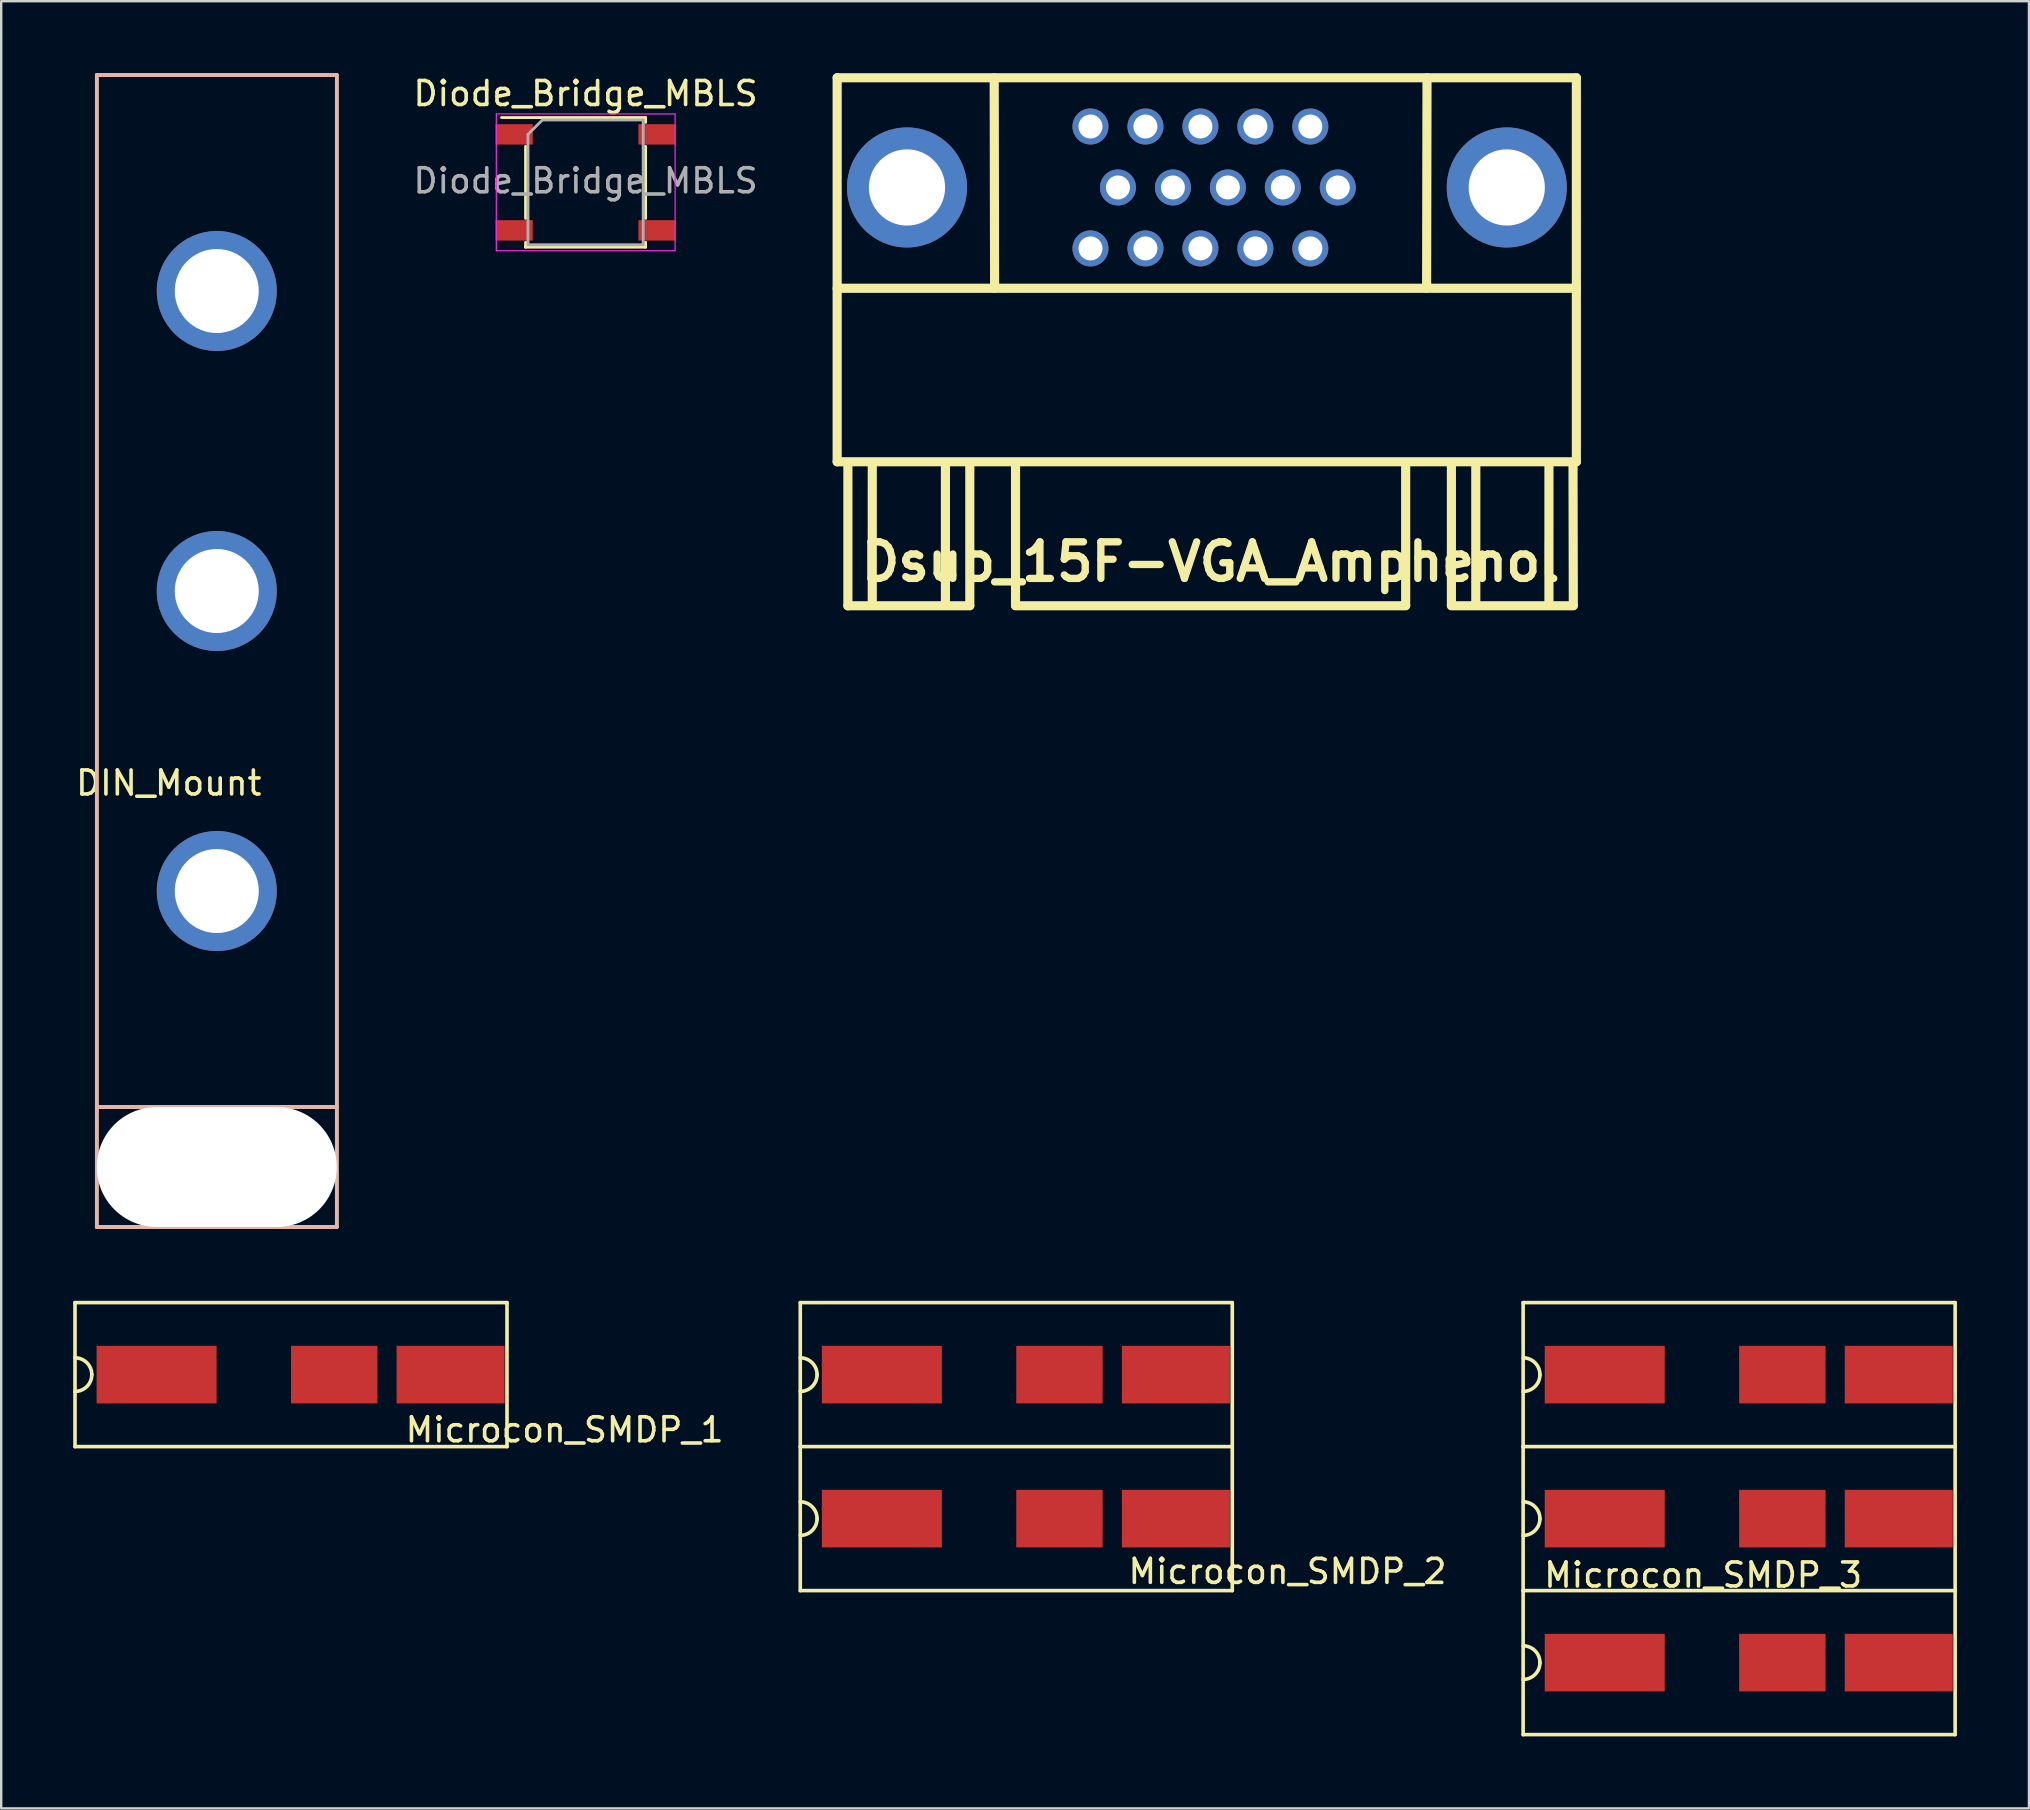
<source format=kicad_pcb>
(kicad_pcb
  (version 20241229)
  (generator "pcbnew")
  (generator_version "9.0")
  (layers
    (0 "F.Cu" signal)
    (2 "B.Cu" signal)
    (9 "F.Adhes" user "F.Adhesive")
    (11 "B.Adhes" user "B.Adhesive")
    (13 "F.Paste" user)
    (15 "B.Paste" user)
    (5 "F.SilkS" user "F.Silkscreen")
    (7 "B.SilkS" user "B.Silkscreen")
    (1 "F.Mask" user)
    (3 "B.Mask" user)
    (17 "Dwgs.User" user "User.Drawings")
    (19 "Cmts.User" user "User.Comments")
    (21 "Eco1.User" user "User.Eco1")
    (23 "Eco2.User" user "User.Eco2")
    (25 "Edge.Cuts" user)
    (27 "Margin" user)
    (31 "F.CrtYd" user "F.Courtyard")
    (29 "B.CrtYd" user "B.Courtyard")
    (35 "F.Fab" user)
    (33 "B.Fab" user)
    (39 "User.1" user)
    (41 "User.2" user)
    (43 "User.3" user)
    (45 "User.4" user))
  (footprint "Microcon_SMDP_1"
    (layer "F.Cu")
    (at 9.075 54.225)
    (property "Reference" "Microcon_SMDP_1" (at 11.4 2.3 0) (layer "F.SilkS") (effects (font (size 1 1) (thickness 0.15))))
    (attr through_hole)
    (fp_line (start -9 -3) (end 9 -3) (stroke (width 0.15) (type solid)) (layer "F.SilkS"))
    (fp_line (start -9 3) (end -9 -3) (stroke (width 0.15) (type solid)) (layer "F.SilkS"))
    (fp_line (start 9 -3) (end 9 3) (stroke (width 0.15) (type solid)) (layer "F.SilkS"))
    (fp_line (start 9 3) (end -9 3) (stroke (width 0.15) (type solid)) (layer "F.SilkS"))
    (fp_arc (start -9 -0.7) (mid -8.505025 -0.494975) (end -8.3 0) (stroke (width 0.15) (type solid)) (layer "F.SilkS"))
    (fp_arc (start -8.3 0) (mid -8.505025 0.494975) (end -9 0.7) (stroke (width 0.15) (type solid)) (layer "F.SilkS"))
    (pad "1" smd rect (at -5.6 0) (size 5 2.4) (layers "F.Cu" "F.Mask" "F.Paste"))
    (pad "1" smd rect (at 1.8 0) (size 3.6 2.4) (layers "F.Cu" "F.Mask" "F.Paste"))
    (pad "1" smd rect (at 6.65 0) (size 4.5 2.4) (layers "F.Cu" "F.Mask" "F.Paste")))
  (footprint "Diode_Bridge_MBLS"
    (layer "F.Cu")
    (at 21.349 4.548)
    (property "Reference" "Diode_Bridge_MBLS" (at 0 -3.7 0) (layer "F.SilkS") (effects (font (size 1 1) (thickness 0.15))))
    (attr smd)
    (fp_line (start -2.5 1.5) (end -2.5 -1.5) (stroke (width 0.12) (type solid)) (layer "F.SilkS"))
    (fp_line (start -2.5 2.7) (end -2.5 2.5) (stroke (width 0.12) (type solid)) (layer "F.SilkS"))
    (fp_line (start 2.5 -2.7) (end -3.5 -2.7) (stroke (width 0.12) (type solid)) (layer "F.SilkS"))
    (fp_line (start 2.5 -2.5) (end 2.5 -2.7) (stroke (width 0.12) (type solid)) (layer "F.SilkS"))
    (fp_line (start 2.5 -1.5) (end 2.5 1.5) (stroke (width 0.12) (type solid)) (layer "F.SilkS"))
    (fp_line (start 2.5 2.5) (end 2.5 2.7) (stroke (width 0.12) (type solid)) (layer "F.SilkS"))
    (fp_line (start 2.5 2.7) (end -2.5 2.7) (stroke (width 0.12) (type solid)) (layer "F.SilkS"))
    (fp_line (start -3.72 -2.85) (end -3.72 2.85) (stroke (width 0.05) (type solid)) (layer "F.CrtYd"))
    (fp_line (start -3.72 -2.85) (end 3.73 -2.85) (stroke (width 0.05) (type solid)) (layer "F.CrtYd"))
    (fp_line (start 3.73 2.85) (end -3.72 2.85) (stroke (width 0.05) (type solid)) (layer "F.CrtYd"))
    (fp_line (start 3.73 2.85) (end 3.73 -2.85) (stroke (width 0.05) (type solid)) (layer "F.CrtYd"))
    (fp_line (start -2.4 -2) (end -2.4 2.6) (stroke (width 0.12) (type solid)) (layer "F.Fab"))
    (fp_line (start -2.4 2.6) (end 2.4 2.6) (stroke (width 0.12) (type solid)) (layer "F.Fab"))
    (fp_line (start -1.8 -2.6) (end -2.4 -2) (stroke (width 0.12) (type solid)) (layer "F.Fab"))
    (fp_line (start 2.4 -2.6) (end -1.8 -2.6) (stroke (width 0.12) (type solid)) (layer "F.Fab"))
    (fp_line (start 2.4 2.6) (end 2.4 -2.6) (stroke (width 0.12) (type solid)) (layer "F.Fab"))
    (fp_text user "${REFERENCE}" (at 0 -0.065 0) (layer "F.Fab") (effects (font (size 1 1) (thickness 0.15))))
    (pad "1" smd rect (at -2.975 -2) (size 1.55 0.85) (layers "F.Cu" "F.Mask" "F.Paste"))
    (pad "2" smd rect (at -2.975 2) (size 1.55 0.85) (layers "F.Cu" "F.Mask" "F.Paste"))
    (pad "3" smd rect (at 2.975 2) (size 1.55 0.85) (layers "F.Cu" "F.Mask" "F.Paste"))
    (pad "4" smd rect (at 2.975 -2) (size 1.55 0.85) (layers "F.Cu" "F.Mask" "F.Paste")))
  (footprint "Microcon_SMDP_3"
    (placed yes)
    (layer "F.Cu")
    (at 69.413 60.225)
    (property "Reference" "Microcon_SMDP_3" (at -1.5 2.35 0) (layer "F.SilkS") (effects (font (size 1 1) (thickness 0.15))))
    (attr through_hole)
    (fp_line (start -9 -9) (end 9 -9) (stroke (width 0.15) (type solid)) (layer "F.SilkS"))
    (fp_line (start -9 -3) (end -9 -9) (stroke (width 0.15) (type solid)) (layer "F.SilkS"))
    (fp_line (start -9 -3) (end 9 -3) (stroke (width 0.15) (type solid)) (layer "F.SilkS"))
    (fp_line (start -9 3) (end -9 -3) (stroke (width 0.15) (type solid)) (layer "F.SilkS"))
    (fp_line (start -9 3) (end 9 3) (stroke (width 0.15) (type solid)) (layer "F.SilkS"))
    (fp_line (start -9 9) (end -9 3) (stroke (width 0.15) (type solid)) (layer "F.SilkS"))
    (fp_line (start 9 -9) (end 9 -3) (stroke (width 0.15) (type solid)) (layer "F.SilkS"))
    (fp_line (start 9 -3) (end 9 3) (stroke (width 0.15) (type solid)) (layer "F.SilkS"))
    (fp_line (start 9 3) (end 9 9) (stroke (width 0.15) (type solid)) (layer "F.SilkS"))
    (fp_line (start 9 9) (end -9 9) (stroke (width 0.15) (type solid)) (layer "F.SilkS"))
    (fp_arc (start -9 -6.7) (mid -8.505025 -6.494975) (end -8.3 -6) (stroke (width 0.15) (type solid)) (layer "F.SilkS"))
    (fp_arc (start -9 -0.7) (mid -8.505025 -0.494975) (end -8.3 0) (stroke (width 0.15) (type solid)) (layer "F.SilkS"))
    (fp_arc (start -9 5.3) (mid -8.505025 5.505025) (end -8.3 6) (stroke (width 0.15) (type solid)) (layer "F.SilkS"))
    (fp_arc (start -8.3 -6) (mid -8.505025 -5.505025) (end -9 -5.3) (stroke (width 0.15) (type solid)) (layer "F.SilkS"))
    (fp_arc (start -8.3 0) (mid -8.505025 0.494975) (end -9 0.7) (stroke (width 0.15) (type solid)) (layer "F.SilkS"))
    (fp_arc (start -8.3 6) (mid -8.505025 6.494975) (end -9 6.7) (stroke (width 0.15) (type solid)) (layer "F.SilkS"))
    (pad "1" smd rect (at -5.6 -6) (size 5 2.4) (layers "F.Cu" "F.Mask" "F.Paste"))
    (pad "1" smd rect (at 1.8 -6) (size 3.6 2.4) (layers "F.Cu" "F.Mask" "F.Paste"))
    (pad "1" smd rect (at 6.65 -6) (size 4.5 2.4) (layers "F.Cu" "F.Mask" "F.Paste"))
    (pad "2" smd rect (at -5.6 0) (size 5 2.4) (layers "F.Cu" "F.Mask" "F.Paste"))
    (pad "2" smd rect (at 1.8 0) (size 3.6 2.4) (layers "F.Cu" "F.Mask" "F.Paste"))
    (pad "2" smd rect (at 6.65 0) (size 4.5 2.4) (layers "F.Cu" "F.Mask" "F.Paste"))
    (pad "3" smd rect (at -5.6 6) (size 5 2.4) (layers "F.Cu" "F.Mask" "F.Paste"))
    (pad "3" smd rect (at 1.8 6) (size 3.6 2.4) (layers "F.Cu" "F.Mask" "F.Paste"))
    (pad "3" smd rect (at 6.65 6) (size 4.5 2.4) (layers "F.Cu" "F.Mask" "F.Paste")))
  (footprint "Dsub_15F-VGA_Amphenol"
    (layer "F.Cu")
    (at 52.691 4.761)
    (property "Reference" "Dsub_15F-VGA_Amphenol" (at -5.3 15.599 0) (layer "F.SilkS") (effects (font (size 1.524 1.524) (thickness 0.305))))
    (attr through_hole)
    (fp_line (start -20.86 4.2) (end 9.94 4.2) (stroke (width 0.381) (type solid)) (layer "F.SilkS"))
    (fp_line (start -20.86 11.43) (end -20.86 -4.57) (stroke (width 0.381) (type solid)) (layer "F.SilkS"))
    (fp_line (start -20.86 11.43) (end 9.94 11.43) (stroke (width 0.381) (type solid)) (layer "F.SilkS"))
    (fp_line (start -20.413 11.57) (end -20.413 17.43) (stroke (width 0.381) (type solid)) (layer "F.SilkS"))
    (fp_line (start -20.413 17.43) (end -15.333 17.43) (stroke (width 0.381) (type solid)) (layer "F.SilkS"))
    (fp_line (start -19.397 11.57) (end -19.397 17.412) (stroke (width 0.381) (type solid)) (layer "F.SilkS"))
    (fp_line (start -16.349 11.57) (end -16.349 17.412) (stroke (width 0.381) (type solid)) (layer "F.SilkS"))
    (fp_line (start -15.333 11.57) (end -15.333 17.412) (stroke (width 0.381) (type solid)) (layer "F.SilkS"))
    (fp_line (start -14.317 -4.57) (end -14.3 4.2) (stroke (width 0.381) (type solid)) (layer "F.SilkS"))
    (fp_line (start -13.428 11.57) (end -13.428 17.412) (stroke (width 0.381) (type solid)) (layer "F.SilkS"))
    (fp_line (start -13.428 17.43) (end 2.828 17.43) (stroke (width 0.381) (type solid)) (layer "F.SilkS"))
    (fp_line (start 2.828 17.412) (end 2.828 11.57) (stroke (width 0.381) (type solid)) (layer "F.SilkS"))
    (fp_line (start 3.7 4.2) (end 3.717 -4.57) (stroke (width 0.381) (type solid)) (layer "F.SilkS"))
    (fp_line (start 4.733 11.57) (end 4.733 17.412) (stroke (width 0.381) (type solid)) (layer "F.SilkS"))
    (fp_line (start 4.733 17.43) (end 9.813 17.43) (stroke (width 0.381) (type solid)) (layer "F.SilkS"))
    (fp_line (start 5.749 11.57) (end 5.749 17.412) (stroke (width 0.381) (type solid)) (layer "F.SilkS"))
    (fp_line (start 8.797 11.57) (end 8.797 17.412) (stroke (width 0.381) (type solid)) (layer "F.SilkS"))
    (fp_line (start 9.813 17.412) (end 9.8 11.5) (stroke (width 0.381) (type solid)) (layer "F.SilkS"))
    (fp_line (start 9.94 -4.57) (end -20.86 -4.57) (stroke (width 0.381) (type solid)) (layer "F.SilkS"))
    (fp_line (start 9.94 -4.57) (end 9.94 11.43) (stroke (width 0.381) (type solid)) (layer "F.SilkS"))
    (pad "" thru_hole circle (at -17.95 0) (size 5.001 5.001) (drill 3.175) (layers "*.Cu" "*.Mask"))
    (pad "" thru_hole circle (at 7.04 0) (size 5.001 5.001) (drill 3.175) (layers "*.Cu" "*.Mask"))
    (pad "1" thru_hole circle (at -1.145 -2.54) (size 1.5 1.5) (drill 1) (layers "*.Cu" "*.Mask"))
    (pad "2" thru_hole circle (at -3.435 -2.54) (size 1.5 1.5) (drill 1) (layers "*.Cu" "*.Mask"))
    (pad "3" thru_hole circle (at -5.725 -2.54) (size 1.5 1.5) (drill 1) (layers "*.Cu" "*.Mask"))
    (pad "4" thru_hole circle (at -8.015 -2.54) (size 1.5 1.5) (drill 1) (layers "*.Cu" "*.Mask"))
    (pad "5" thru_hole circle (at -10.305 -2.54) (size 1.5 1.5) (drill 1) (layers "*.Cu" "*.Mask"))
    (pad "6" thru_hole circle (at 0 0) (size 1.5 1.5) (drill 1) (layers "*.Cu" "*.Mask"))
    (pad "7" thru_hole circle (at -2.29 0) (size 1.5 1.5) (drill 1) (layers "*.Cu" "*.Mask"))
    (pad "8" thru_hole circle (at -4.58 0) (size 1.5 1.5) (drill 1) (layers "*.Cu" "*.Mask"))
    (pad "9" thru_hole circle (at -6.87 0) (size 1.5 1.5) (drill 1) (layers "*.Cu" "*.Mask"))
    (pad "10" thru_hole circle (at -9.16 0) (size 1.5 1.5) (drill 1) (layers "*.Cu" "*.Mask"))
    (pad "11" thru_hole circle (at -1.145 2.54) (size 1.5 1.5) (drill 1) (layers "*.Cu" "*.Mask"))
    (pad "12" thru_hole circle (at -3.435 2.54) (size 1.5 1.5) (drill 1) (layers "*.Cu" "*.Mask"))
    (pad "13" thru_hole circle (at -5.725 2.54) (size 1.5 1.5) (drill 1) (layers "*.Cu" "*.Mask"))
    (pad "14" thru_hole circle (at -8.015 2.54) (size 1.5 1.5) (drill 1) (layers "*.Cu" "*.Mask"))
    (pad "15" thru_hole circle (at -10.305 2.54) (size 1.5 1.5) (drill 1) (layers "*.Cu" "*.Mask")))
  (footprint "DIN_Mount"
    (layer "F.Cu")
    (at 5.982 21.575)
    (property "Reference" "DIN_Mount" (at -2 8 0) (layer "F.SilkS") (effects (font (size 1 1) (thickness 0.15))))
    (attr through_hole)
    (fp_line (start -5 -21.5) (end 5 -21.5) (stroke (width 0.15) (type solid)) (layer "F.SilkS"))
    (fp_line (start -5 21.5) (end -5 -21.5) (stroke (width 0.15) (type solid)) (layer "F.SilkS"))
    (fp_line (start -5 21.5) (end -5 26.5) (stroke (width 0.15) (type solid)) (layer "F.SilkS"))
    (fp_line (start -5 26.5) (end 5 26.5) (stroke (width 0.15) (type solid)) (layer "F.SilkS"))
    (fp_line (start 5 -21.5) (end 5 21.5) (stroke (width 0.15) (type solid)) (layer "F.SilkS"))
    (fp_line (start 5 21.5) (end -5 21.5) (stroke (width 0.15) (type solid)) (layer "F.SilkS"))
    (fp_line (start 5 26.5) (end 5 21.5) (stroke (width 0.15) (type solid)) (layer "F.SilkS"))
    (fp_line (start -5 -21.5) (end 5 -21.5) (stroke (width 0.15) (type solid)) (layer "B.SilkS"))
    (fp_line (start -5 21.5) (end -5 -21.5) (stroke (width 0.15) (type solid)) (layer "B.SilkS"))
    (fp_line (start -5 21.5) (end 5 21.5) (stroke (width 0.15) (type solid)) (layer "B.SilkS"))
    (fp_line (start -5 26.5) (end -5 21.5) (stroke (width 0.15) (type solid)) (layer "B.SilkS"))
    (fp_line (start 5 -21.5) (end 5 21.5) (stroke (width 0.15) (type solid)) (layer "B.SilkS"))
    (fp_line (start 5 21.5) (end 5 26.5) (stroke (width 0.15) (type solid)) (layer "B.SilkS"))
    (fp_line (start 5 26.5) (end -5 26.5) (stroke (width 0.15) (type solid)) (layer "B.SilkS"))
    (pad "" np_thru_hole circle (at 0 -12.5) (size 5 5) (drill 3.5) (layers "*.Cu" "*.Mask"))
    (pad "" np_thru_hole circle (at 0 0) (size 5 5) (drill 3.5) (layers "*.Cu" "*.Mask"))
    (pad "" np_thru_hole circle (at 0 12.5) (size 5 5) (drill 3.5) (layers "*.Cu" "*.Mask"))
    (pad "" np_thru_hole oval (at 0 24) (size 10 5) (drill oval 10 5) (layers "*.Cu" "*.Mask")))
  (footprint "Microcon_SMDP_2"
    (layer "F.Cu")
    (at 39.294 60.225)
    (property "Reference" "Microcon_SMDP_2" (at 11.3 2.2 0) (layer "F.SilkS") (effects (font (size 1 1) (thickness 0.15))))
    (attr through_hole)
    (fp_line (start -9 -9) (end 9 -9) (stroke (width 0.15) (type solid)) (layer "F.SilkS"))
    (fp_line (start -9 -3) (end -9 -9) (stroke (width 0.15) (type solid)) (layer "F.SilkS"))
    (fp_line (start -9 -3) (end 9 -3) (stroke (width 0.15) (type solid)) (layer "F.SilkS"))
    (fp_line (start -9 3) (end -9 -3) (stroke (width 0.15) (type solid)) (layer "F.SilkS"))
    (fp_line (start 9 -9) (end 9 -3) (stroke (width 0.15) (type solid)) (layer "F.SilkS"))
    (fp_line (start 9 -3) (end 9 3) (stroke (width 0.15) (type solid)) (layer "F.SilkS"))
    (fp_line (start 9 3) (end -9 3) (stroke (width 0.15) (type solid)) (layer "F.SilkS"))
    (fp_arc (start -9 -6.7) (mid -8.505025 -6.494975) (end -8.3 -6) (stroke (width 0.15) (type solid)) (layer "F.SilkS"))
    (fp_arc (start -9 -0.7) (mid -8.505025 -0.494975) (end -8.3 0) (stroke (width 0.15) (type solid)) (layer "F.SilkS"))
    (fp_arc (start -8.3 -6) (mid -8.505025 -5.505025) (end -9 -5.3) (stroke (width 0.15) (type solid)) (layer "F.SilkS"))
    (fp_arc (start -8.3 0) (mid -8.505025 0.494975) (end -9 0.7) (stroke (width 0.15) (type solid)) (layer "F.SilkS"))
    (pad "1" smd rect (at -5.6 -6) (size 5 2.4) (layers "F.Cu" "F.Mask" "F.Paste"))
    (pad "1" smd rect (at 1.8 -6) (size 3.6 2.4) (layers "F.Cu" "F.Mask" "F.Paste"))
    (pad "1" smd rect (at 6.65 -6) (size 4.5 2.4) (layers "F.Cu" "F.Mask" "F.Paste"))
    (pad "2" smd rect (at -5.6 0) (size 5 2.4) (layers "F.Cu" "F.Mask" "F.Paste"))
    (pad "2" smd rect (at 1.8 0) (size 3.6 2.4) (layers "F.Cu" "F.Mask" "F.Paste"))
    (pad "2" smd rect (at 6.65 0) (size 4.5 2.4) (layers "F.Cu" "F.Mask" "F.Paste")))
  (gr_rect
    (start -3 -3)
    (end 81.488 72.3)
    (stroke (width 0.1) (type default))
    (fill no)
    (layer "Edge.Cuts")))
</source>
